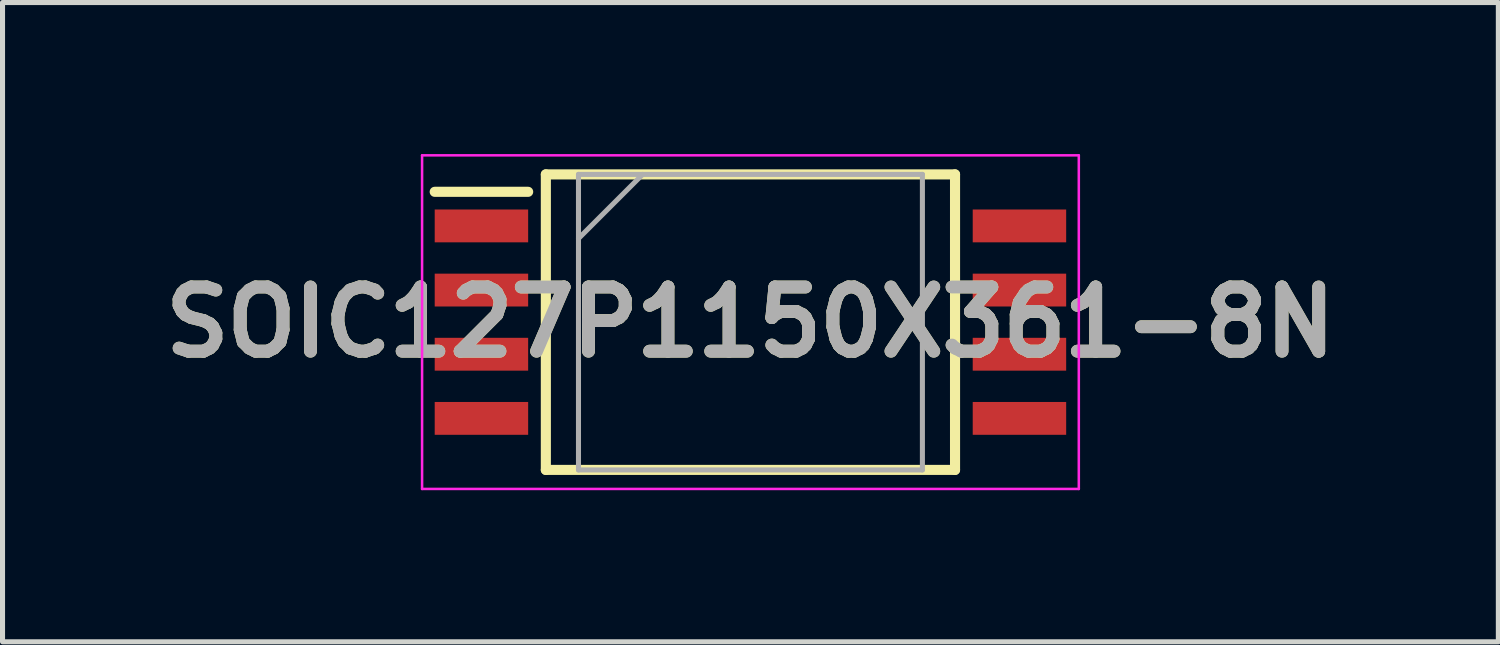
<source format=kicad_pcb>
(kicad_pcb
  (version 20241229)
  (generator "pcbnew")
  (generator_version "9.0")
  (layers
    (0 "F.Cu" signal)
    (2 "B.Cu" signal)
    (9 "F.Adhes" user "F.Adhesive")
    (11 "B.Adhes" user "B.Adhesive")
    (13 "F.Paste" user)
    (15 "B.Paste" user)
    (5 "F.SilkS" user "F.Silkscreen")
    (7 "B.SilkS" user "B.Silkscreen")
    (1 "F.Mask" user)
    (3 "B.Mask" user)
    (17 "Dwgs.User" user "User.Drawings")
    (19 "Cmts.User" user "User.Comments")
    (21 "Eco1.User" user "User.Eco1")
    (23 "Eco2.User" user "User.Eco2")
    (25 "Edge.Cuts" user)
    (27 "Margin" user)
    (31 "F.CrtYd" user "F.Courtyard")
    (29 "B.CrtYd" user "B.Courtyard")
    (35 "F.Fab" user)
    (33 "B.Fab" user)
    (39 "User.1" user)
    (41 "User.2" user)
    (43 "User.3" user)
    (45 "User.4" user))
  (footprint "SOIC127P1150X361-8N"
    (layer "F.Cu")
    (at 11.805 3.327)
    (property "Reference" "SOIC127P1150X361-8N" (at 0 0 0) (layer "F.SilkS") (effects (font (size 1.27 1.27) (thickness 0.254))))
    (attr smd)
    (fp_line (start -6.25 -2.58) (end -4.4 -2.58) (stroke (width 0.2) (type solid)) (layer "F.SilkS"))
    (fp_line (start -4.05 -2.925) (end 4.05 -2.925) (stroke (width 0.2) (type solid)) (layer "F.SilkS"))
    (fp_line (start -4.05 2.925) (end -4.05 -2.925) (stroke (width 0.2) (type solid)) (layer "F.SilkS"))
    (fp_line (start 4.05 -2.925) (end 4.05 2.925) (stroke (width 0.2) (type solid)) (layer "F.SilkS"))
    (fp_line (start 4.05 2.925) (end -4.05 2.925) (stroke (width 0.2) (type solid)) (layer "F.SilkS"))
    (fp_line (start -6.5 -3.302) (end 6.5 -3.302) (stroke (width 0.05) (type solid)) (layer "F.CrtYd"))
    (fp_line (start -6.5 3.302) (end -6.5 -3.302) (stroke (width 0.05) (type solid)) (layer "F.CrtYd"))
    (fp_line (start 6.5 -3.302) (end 6.5 3.302) (stroke (width 0.05) (type solid)) (layer "F.CrtYd"))
    (fp_line (start 6.5 3.302) (end -6.5 3.302) (stroke (width 0.05) (type solid)) (layer "F.CrtYd"))
    (fp_line (start -3.404 -2.925) (end 3.404 -2.925) (stroke (width 0.1) (type solid)) (layer "F.Fab"))
    (fp_line (start -3.404 -1.655) (end -2.134 -2.925) (stroke (width 0.1) (type solid)) (layer "F.Fab"))
    (fp_line (start -3.404 2.925) (end -3.404 -2.925) (stroke (width 0.1) (type solid)) (layer "F.Fab"))
    (fp_line (start 3.404 -2.925) (end 3.404 2.925) (stroke (width 0.1) (type solid)) (layer "F.Fab"))
    (fp_line (start 3.404 2.925) (end -3.404 2.925) (stroke (width 0.1) (type solid)) (layer "F.Fab"))
    (fp_text user "${REFERENCE}" (at 0 0 0) (layer "F.Fab") (effects (font (size 1.27 1.27) (thickness 0.254))))
    (pad "1" smd rect (at -5.325 -1.905 90) (size 0.65 1.85) (layers "F.Cu" "F.Mask" "F.Paste"))
    (pad "2" smd rect (at -5.325 -0.635 90) (size 0.65 1.85) (layers "F.Cu" "F.Mask" "F.Paste"))
    (pad "3" smd rect (at -5.325 0.635 90) (size 0.65 1.85) (layers "F.Cu" "F.Mask" "F.Paste"))
    (pad "4" smd rect (at -5.325 1.905 90) (size 0.65 1.85) (layers "F.Cu" "F.Mask" "F.Paste"))
    (pad "5" smd rect (at 5.325 1.905 90) (size 0.65 1.85) (layers "F.Cu" "F.Mask" "F.Paste"))
    (pad "6" smd rect (at 5.325 0.635 90) (size 0.65 1.85) (layers "F.Cu" "F.Mask" "F.Paste"))
    (pad "7" smd rect (at 5.325 -0.635 90) (size 0.65 1.85) (layers "F.Cu" "F.Mask" "F.Paste"))
    (pad "8" smd rect (at 5.325 -1.905 90) (size 0.65 1.85) (layers "F.Cu" "F.Mask" "F.Paste")))
  (gr_rect
    (start -3 -3)
    (end 26.61 9.654)
    (stroke (width 0.1) (type default))
    (fill no)
    (layer "Edge.Cuts")))
</source>
